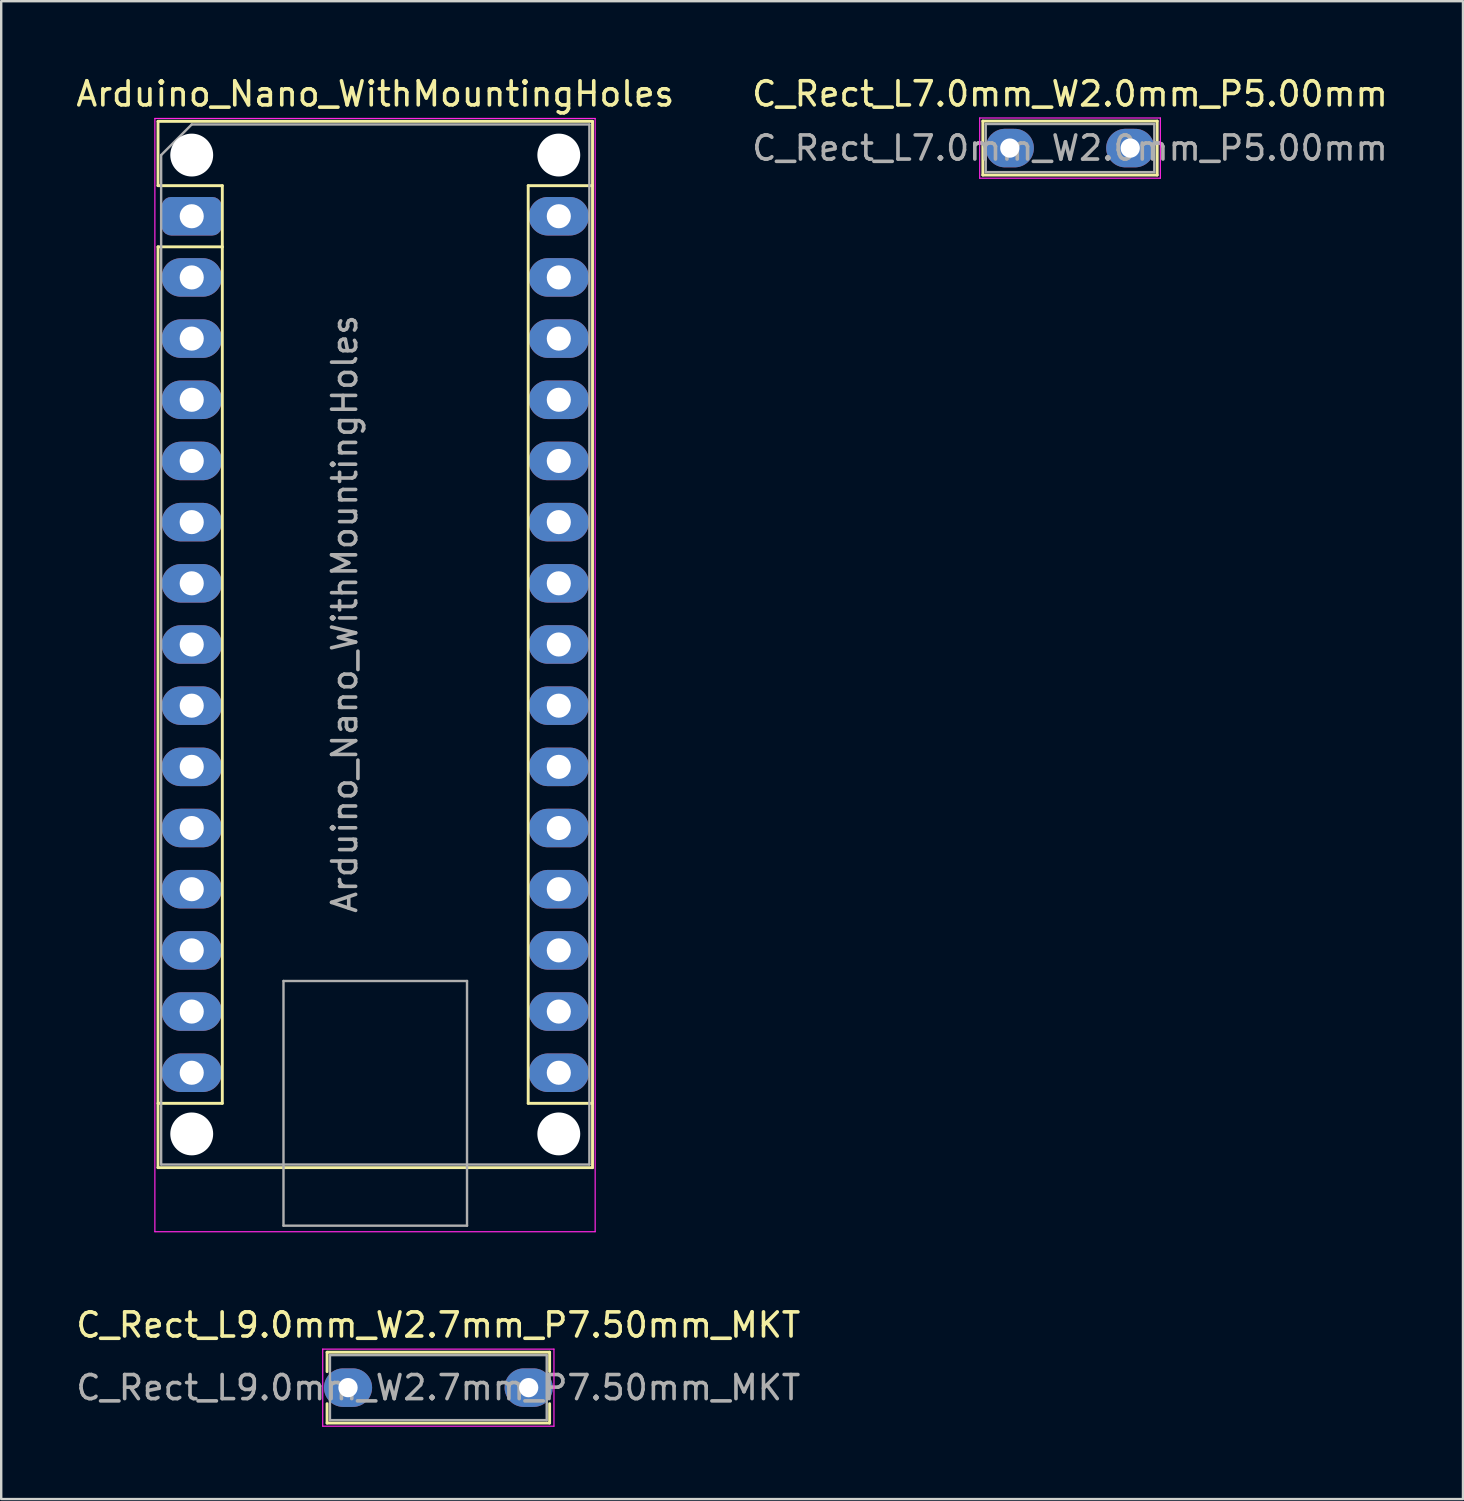
<source format=kicad_pcb>
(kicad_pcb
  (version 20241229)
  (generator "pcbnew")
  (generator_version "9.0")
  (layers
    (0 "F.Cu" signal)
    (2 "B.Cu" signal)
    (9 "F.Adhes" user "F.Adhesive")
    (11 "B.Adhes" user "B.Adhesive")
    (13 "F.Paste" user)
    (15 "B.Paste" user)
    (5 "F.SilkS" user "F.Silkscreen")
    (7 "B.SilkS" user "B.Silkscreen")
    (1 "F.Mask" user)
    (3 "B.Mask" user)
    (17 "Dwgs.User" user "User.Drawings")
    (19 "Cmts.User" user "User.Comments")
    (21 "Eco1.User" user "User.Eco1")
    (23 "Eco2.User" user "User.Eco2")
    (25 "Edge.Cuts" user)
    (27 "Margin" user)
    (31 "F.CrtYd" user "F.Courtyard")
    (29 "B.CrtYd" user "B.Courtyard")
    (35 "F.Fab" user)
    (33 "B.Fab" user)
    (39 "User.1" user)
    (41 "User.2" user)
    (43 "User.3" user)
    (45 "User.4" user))
  (footprint "Arduino_Nano_WithMountingHoles"
    (layer "F.Cu")
    (at 4.91 5.928)
    (property "Reference" "Arduino_Nano_WithMountingHoles" (at 7.62 -5.08 0) (layer "F.SilkS") (effects (font (size 1 1) (thickness 0.15))))
    (attr through_hole)
    (fp_line (start -1.4 -3.94) (end -1.4 -1.27) (stroke (width 0.12) (type solid)) (layer "F.SilkS"))
    (fp_line (start -1.4 1.27) (end -1.4 39.5) (stroke (width 0.12) (type solid)) (layer "F.SilkS"))
    (fp_line (start -1.4 39.5) (end 16.64 39.5) (stroke (width 0.12) (type solid)) (layer "F.SilkS"))
    (fp_line (start 1.27 -1.27) (end -1.4 -1.27) (stroke (width 0.12) (type solid)) (layer "F.SilkS"))
    (fp_line (start 1.27 1.27) (end -1.4 1.27) (stroke (width 0.12) (type solid)) (layer "F.SilkS"))
    (fp_line (start 1.27 1.27) (end 1.27 -1.27) (stroke (width 0.12) (type solid)) (layer "F.SilkS"))
    (fp_line (start 1.27 1.27) (end 1.27 36.83) (stroke (width 0.12) (type solid)) (layer "F.SilkS"))
    (fp_line (start 1.27 36.83) (end -1.4 36.83) (stroke (width 0.12) (type solid)) (layer "F.SilkS"))
    (fp_line (start 13.97 -1.27) (end 13.97 36.83) (stroke (width 0.12) (type solid)) (layer "F.SilkS"))
    (fp_line (start 13.97 -1.27) (end 16.64 -1.27) (stroke (width 0.12) (type solid)) (layer "F.SilkS"))
    (fp_line (start 13.97 36.83) (end 16.64 36.83) (stroke (width 0.12) (type solid)) (layer "F.SilkS"))
    (fp_line (start 16.64 -3.94) (end -1.4 -3.94) (stroke (width 0.12) (type solid)) (layer "F.SilkS"))
    (fp_line (start 16.64 39.5) (end 16.64 -3.94) (stroke (width 0.12) (type solid)) (layer "F.SilkS"))
    (fp_line (start -1.53 -4.06) (end -1.53 42.16) (stroke (width 0.05) (type solid)) (layer "F.CrtYd"))
    (fp_line (start -1.53 -4.06) (end 16.75 -4.06) (stroke (width 0.05) (type solid)) (layer "F.CrtYd"))
    (fp_line (start 16.75 42.16) (end -1.53 42.16) (stroke (width 0.05) (type solid)) (layer "F.CrtYd"))
    (fp_line (start 16.75 42.16) (end 16.75 -4.06) (stroke (width 0.05) (type solid)) (layer "F.CrtYd"))
    (fp_line (start -1.27 -2.54) (end 0 -3.81) (stroke (width 0.1) (type solid)) (layer "F.Fab"))
    (fp_line (start -1.27 39.37) (end -1.27 -2.54) (stroke (width 0.1) (type solid)) (layer "F.Fab"))
    (fp_line (start 0 -3.81) (end 16.51 -3.81) (stroke (width 0.1) (type solid)) (layer "F.Fab"))
    (fp_line (start 3.81 31.75) (end 11.43 31.75) (stroke (width 0.1) (type solid)) (layer "F.Fab"))
    (fp_line (start 3.81 41.91) (end 3.81 31.75) (stroke (width 0.1) (type solid)) (layer "F.Fab"))
    (fp_line (start 11.43 31.75) (end 11.43 41.91) (stroke (width 0.1) (type solid)) (layer "F.Fab"))
    (fp_line (start 11.43 41.91) (end 3.81 41.91) (stroke (width 0.1) (type solid)) (layer "F.Fab"))
    (fp_line (start 16.51 -3.81) (end 16.51 39.37) (stroke (width 0.1) (type solid)) (layer "F.Fab"))
    (fp_line (start 16.51 39.37) (end -1.27 39.37) (stroke (width 0.1) (type solid)) (layer "F.Fab"))
    (fp_text user "${REFERENCE}" (at 6.35 16.51 90) (layer "F.Fab") (effects (font (size 1 1) (thickness 0.15))))
    (pad "" np_thru_hole circle (at 0 -2.54) (size 1.78 1.78) (drill 1.78) (layers "*.Cu" "*.Mask"))
    (pad "" np_thru_hole circle (at 0 38.1) (size 1.78 1.78) (drill 1.78) (layers "*.Cu" "*.Mask"))
    (pad "" np_thru_hole circle (at 15.24 -2.54) (size 1.78 1.78) (drill 1.78) (layers "*.Cu" "*.Mask"))
    (pad "" np_thru_hole circle (at 15.24 38.1) (size 1.78 1.78) (drill 1.78) (layers "*.Cu" "*.Mask"))
    (pad "1" thru_hole roundrect (at 0 0) (size 2.5 1.6) (drill 1) (layers "*.Cu" "*.Mask") (roundrect_rratio 0.25))
    (pad "2" thru_hole oval (at 0 2.54) (size 2.5 1.6) (drill 1) (layers "*.Cu" "*.Mask"))
    (pad "3" thru_hole oval (at 0 5.08) (size 2.5 1.6) (drill 1) (layers "*.Cu" "*.Mask"))
    (pad "4" thru_hole oval (at 0 7.62) (size 2.5 1.6) (drill 1) (layers "*.Cu" "*.Mask"))
    (pad "5" thru_hole oval (at 0 10.16) (size 2.5 1.6) (drill 1) (layers "*.Cu" "*.Mask"))
    (pad "6" thru_hole oval (at 0 12.7) (size 2.5 1.6) (drill 1) (layers "*.Cu" "*.Mask"))
    (pad "7" thru_hole oval (at 0 15.24) (size 2.5 1.6) (drill 1) (layers "*.Cu" "*.Mask"))
    (pad "8" thru_hole oval (at 0 17.78) (size 2.5 1.6) (drill 1) (layers "*.Cu" "*.Mask"))
    (pad "9" thru_hole oval (at 0 20.32) (size 2.5 1.6) (drill 1) (layers "*.Cu" "*.Mask"))
    (pad "10" thru_hole oval (at 0 22.86) (size 2.5 1.6) (drill 1) (layers "*.Cu" "*.Mask"))
    (pad "11" thru_hole oval (at 0 25.4) (size 2.5 1.6) (drill 1) (layers "*.Cu" "*.Mask"))
    (pad "12" thru_hole oval (at 0 27.94) (size 2.5 1.6) (drill 1) (layers "*.Cu" "*.Mask"))
    (pad "13" thru_hole oval (at 0 30.48) (size 2.5 1.6) (drill 1) (layers "*.Cu" "*.Mask"))
    (pad "14" thru_hole oval (at 0 33.02) (size 2.5 1.6) (drill 1) (layers "*.Cu" "*.Mask"))
    (pad "15" thru_hole oval (at 0 35.56) (size 2.5 1.6) (drill 1) (layers "*.Cu" "*.Mask"))
    (pad "16" thru_hole oval (at 15.24 35.56) (size 2.5 1.6) (drill 1) (layers "*.Cu" "*.Mask"))
    (pad "17" thru_hole oval (at 15.24 33.02) (size 2.5 1.6) (drill 1) (layers "*.Cu" "*.Mask"))
    (pad "18" thru_hole oval (at 15.24 30.48) (size 2.5 1.6) (drill 1) (layers "*.Cu" "*.Mask"))
    (pad "19" thru_hole oval (at 15.24 27.94) (size 2.5 1.6) (drill 1) (layers "*.Cu" "*.Mask"))
    (pad "20" thru_hole oval (at 15.24 25.4) (size 2.5 1.6) (drill 1) (layers "*.Cu" "*.Mask"))
    (pad "21" thru_hole oval (at 15.24 22.86) (size 2.5 1.6) (drill 1) (layers "*.Cu" "*.Mask"))
    (pad "22" thru_hole oval (at 15.24 20.32) (size 2.5 1.6) (drill 1) (layers "*.Cu" "*.Mask"))
    (pad "23" thru_hole oval (at 15.24 17.78) (size 2.5 1.6) (drill 1) (layers "*.Cu" "*.Mask"))
    (pad "24" thru_hole oval (at 15.24 15.24) (size 2.5 1.6) (drill 1) (layers "*.Cu" "*.Mask"))
    (pad "25" thru_hole oval (at 15.24 12.7) (size 2.5 1.6) (drill 1) (layers "*.Cu" "*.Mask"))
    (pad "26" thru_hole oval (at 15.24 10.16) (size 2.5 1.6) (drill 1) (layers "*.Cu" "*.Mask"))
    (pad "27" thru_hole oval (at 15.24 7.62) (size 2.5 1.6) (drill 1) (layers "*.Cu" "*.Mask"))
    (pad "28" thru_hole oval (at 15.24 5.08) (size 2.5 1.6) (drill 1) (layers "*.Cu" "*.Mask"))
    (pad "29" thru_hole oval (at 15.24 2.54) (size 2.5 1.6) (drill 1) (layers "*.Cu" "*.Mask"))
    (pad "30" thru_hole oval (at 15.24 0) (size 2.5 1.6) (drill 1) (layers "*.Cu" "*.Mask")))
  (footprint "C_Rect_L7.0mm_W2.0mm_P5.00mm"
    (layer "F.Cu")
    (at 38.875 3.098)
    (property "Reference" "C_Rect_L7.0mm_W2.0mm_P5.00mm" (at 2.5 -2.25 0) (layer "F.SilkS") (effects (font (size 1 1) (thickness 0.15))))
    (attr through_hole)
    (fp_line (start -1.12 -1.12) (end -1.12 1.12) (stroke (width 0.12) (type solid)) (layer "F.SilkS"))
    (fp_line (start -1.12 -1.12) (end 6.12 -1.12) (stroke (width 0.12) (type solid)) (layer "F.SilkS"))
    (fp_line (start -1.12 1.12) (end 6.12 1.12) (stroke (width 0.12) (type solid)) (layer "F.SilkS"))
    (fp_line (start 6.12 -1.12) (end 6.12 1.12) (stroke (width 0.12) (type solid)) (layer "F.SilkS"))
    (fp_line (start -1.25 -1.25) (end -1.25 1.25) (stroke (width 0.05) (type solid)) (layer "F.CrtYd"))
    (fp_line (start -1.25 1.25) (end 6.25 1.25) (stroke (width 0.05) (type solid)) (layer "F.CrtYd"))
    (fp_line (start 6.25 -1.25) (end -1.25 -1.25) (stroke (width 0.05) (type solid)) (layer "F.CrtYd"))
    (fp_line (start 6.25 1.25) (end 6.25 -1.25) (stroke (width 0.05) (type solid)) (layer "F.CrtYd"))
    (fp_line (start -1 -1) (end -1 1) (stroke (width 0.1) (type solid)) (layer "F.Fab"))
    (fp_line (start -1 1) (end 6 1) (stroke (width 0.1) (type solid)) (layer "F.Fab"))
    (fp_line (start 6 -1) (end -1 -1) (stroke (width 0.1) (type solid)) (layer "F.Fab"))
    (fp_line (start 6 1) (end 6 -1) (stroke (width 0.1) (type solid)) (layer "F.Fab"))
    (fp_text user "${REFERENCE}" (at 2.5 0 0) (layer "F.Fab") (effects (font (size 1 1) (thickness 0.15))))
    (pad "1" thru_hole oval (at 0 0) (size 2 1.6) (drill 0.8) (layers "*.Cu" "*.Mask"))
    (pad "2" thru_hole oval (at 5 0) (size 2 1.6) (drill 0.8) (layers "*.Cu" "*.Mask")))
  (footprint "C_Rect_L9.0mm_W2.7mm_P7.50mm_MKT"
    (layer "F.Cu")
    (at 11.399 54.562)
    (property "Reference" "C_Rect_L9.0mm_W2.7mm_P7.50mm_MKT" (at 3.75 -2.6 0) (layer "F.SilkS") (effects (font (size 1 1) (thickness 0.15))))
    (attr through_hole)
    (fp_line (start -0.87 -1.471) (end -0.87 -0.665) (stroke (width 0.12) (type solid)) (layer "F.SilkS"))
    (fp_line (start -0.87 -1.471) (end 8.37 -1.471) (stroke (width 0.12) (type solid)) (layer "F.SilkS"))
    (fp_line (start -0.87 0.665) (end -0.87 1.471) (stroke (width 0.12) (type solid)) (layer "F.SilkS"))
    (fp_line (start -0.87 1.471) (end 8.37 1.471) (stroke (width 0.12) (type solid)) (layer "F.SilkS"))
    (fp_line (start 8.37 -1.471) (end 8.37 -0.665) (stroke (width 0.12) (type solid)) (layer "F.SilkS"))
    (fp_line (start 8.37 0.665) (end 8.37 1.471) (stroke (width 0.12) (type solid)) (layer "F.SilkS"))
    (fp_line (start -1.05 -1.6) (end -1.05 1.6) (stroke (width 0.05) (type solid)) (layer "F.CrtYd"))
    (fp_line (start -1.05 1.6) (end 8.55 1.6) (stroke (width 0.05) (type solid)) (layer "F.CrtYd"))
    (fp_line (start 8.55 -1.6) (end -1.05 -1.6) (stroke (width 0.05) (type solid)) (layer "F.CrtYd"))
    (fp_line (start 8.55 1.6) (end 8.55 -1.6) (stroke (width 0.05) (type solid)) (layer "F.CrtYd"))
    (fp_line (start -0.75 -1.35) (end -0.75 1.35) (stroke (width 0.1) (type solid)) (layer "F.Fab"))
    (fp_line (start -0.75 1.35) (end 8.25 1.35) (stroke (width 0.1) (type solid)) (layer "F.Fab"))
    (fp_line (start 8.25 -1.35) (end -0.75 -1.35) (stroke (width 0.1) (type solid)) (layer "F.Fab"))
    (fp_line (start 8.25 1.35) (end 8.25 -1.35) (stroke (width 0.1) (type solid)) (layer "F.Fab"))
    (fp_text user "${REFERENCE}" (at 3.75 0 0) (layer "F.Fab") (effects (font (size 1 1) (thickness 0.15))))
    (pad "1" thru_hole oval (at 0 0) (size 2 1.6) (drill 0.8) (layers "*.Cu" "*.Mask"))
    (pad "2" thru_hole oval (at 7.5 0) (size 2 1.6) (drill 0.8) (layers "*.Cu" "*.Mask")))
  (gr_rect
    (start -3 -3)
    (end 57.69 59.187)
    (stroke (width 0.1) (type default))
    (fill no)
    (layer "Edge.Cuts")))
</source>
